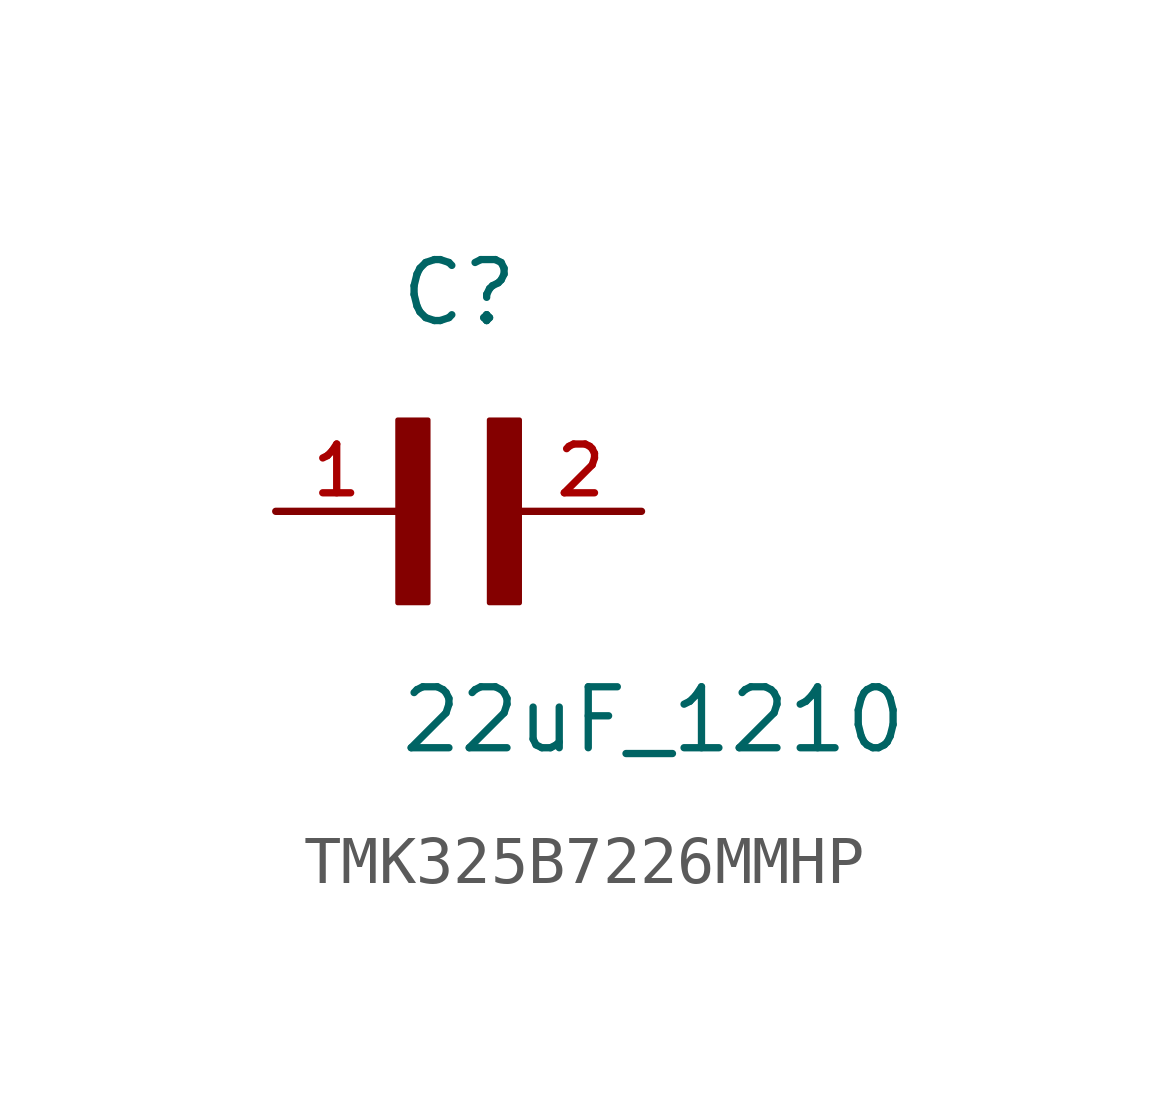
<source format=kicad_sym>
(kicad_symbol_lib
  (version 20220914)
  (generator kicad_symbol_editor)
  (symbol "TMK325B7226MMHP"
    (pin_names
      (offset 1.016))
    (property "Reference" "C"
      (at 0 3.811 0)
      (effects (font (size 1.27 1.27)) (justify left bottom)))
    (property "Value" "22uF_1210"
      (at 0 -5.088 0)
      (effects (font (size 1.27 1.27)) (justify left bottom)))
    (symbol "TMK325B7226MMHP_0_0"
      (rectangle (start 0 -1.907) (end 0.635 1.905) (stroke (width 0.1) (type default)) (fill (type outline)))
      (rectangle (start 1.907 -1.907) (end 2.54 1.905) (stroke (width 0.1) (type default)) (fill (type outline)))
      (pin passive line (at -2.54 0 0) (length 2.54) (name "~" (effects (font (size 1.016 1.016)))) (number "1" (effects (font (size 1.016 1.016)))))
      (pin passive line (at 5.08 0 180) (length 2.54) (name "~" (effects (font (size 1.016 1.016)))) (number "2" (effects (font (size 1.016 1.016))))))))
</source>
